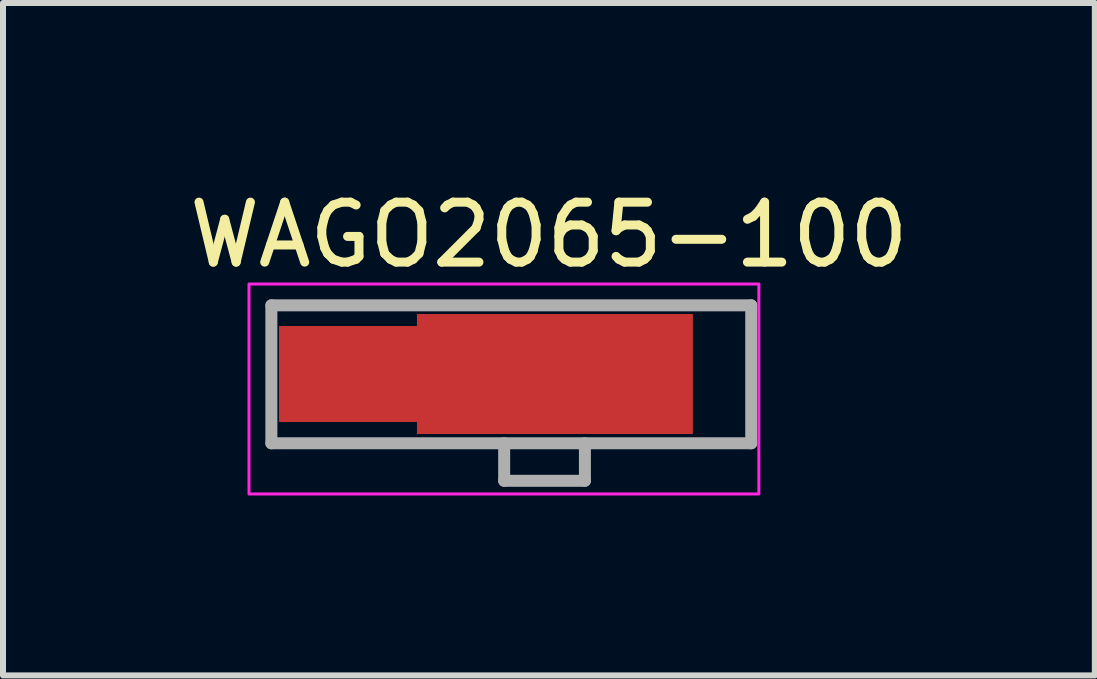
<source format=kicad_pcb>
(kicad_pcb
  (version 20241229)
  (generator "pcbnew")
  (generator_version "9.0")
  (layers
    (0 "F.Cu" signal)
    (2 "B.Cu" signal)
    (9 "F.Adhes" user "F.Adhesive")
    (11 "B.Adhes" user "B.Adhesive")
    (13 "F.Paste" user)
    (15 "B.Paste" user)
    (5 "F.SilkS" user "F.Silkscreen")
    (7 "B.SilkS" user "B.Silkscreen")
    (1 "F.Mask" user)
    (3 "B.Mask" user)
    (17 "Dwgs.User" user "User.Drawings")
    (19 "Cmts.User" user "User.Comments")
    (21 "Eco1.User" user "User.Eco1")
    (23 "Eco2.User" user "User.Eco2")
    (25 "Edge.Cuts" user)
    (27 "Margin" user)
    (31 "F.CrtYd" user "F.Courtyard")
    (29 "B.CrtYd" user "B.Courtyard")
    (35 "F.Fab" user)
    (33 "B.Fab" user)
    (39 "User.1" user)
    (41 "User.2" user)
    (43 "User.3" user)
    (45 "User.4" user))
  (footprint "WAGO2065-100"
    (layer "F.Cu")
    (at 5.601 3.185)
    (property "Reference" "WAGO2065-100" (at 0.5 -1.735 0) (layer "F.SilkS") (effects (font (size 1 1) (thickness 0.15)) (justify bottom)))
    (attr smd)
    (fp_line (start -4.127 -1.145) (end 3.873 -1.145) (stroke (width 0.1) (type solid)) (layer "F.SilkS"))
    (fp_line (start -0.246 1.155) (end -4.127 1.155) (stroke (width 0.1) (type solid)) (layer "F.SilkS"))
    (fp_line (start 1.1 1.78) (end -0.246 1.78) (stroke (width 0.1) (type solid)) (layer "F.SilkS"))
    (fp_line (start 3.873 -1.145) (end 3.873 1.155) (stroke (width 0.1) (type solid)) (layer "F.SilkS"))
    (fp_line (start 3.873 1.155) (end 1.1 1.155) (stroke (width 0.1) (type solid)) (layer "F.SilkS"))
    (fp_rect (start -4.5 -1.5) (end 4 2) (stroke (width 0.05) (type solid)) (fill no) (layer "F.CrtYd"))
    (fp_line (start -4.127 -1.145) (end 3.873 -1.145) (stroke (width 0.2) (type solid)) (layer "F.Fab"))
    (fp_line (start -4.127 1.155) (end -4.127 -1.145) (stroke (width 0.2) (type solid)) (layer "F.Fab"))
    (fp_line (start -0.246 1.78) (end -0.246 1.155) (stroke (width 0.2) (type solid)) (layer "F.Fab"))
    (fp_line (start 1.1 1.155) (end 1.1 1.78) (stroke (width 0.2) (type solid)) (layer "F.Fab"))
    (fp_line (start 1.1 1.78) (end -0.246 1.78) (stroke (width 0.2) (type solid)) (layer "F.Fab"))
    (fp_line (start 3.873 -1.145) (end 3.873 1.155) (stroke (width 0.2) (type solid)) (layer "F.Fab"))
    (fp_line (start 3.873 1.155) (end -4.127 1.155) (stroke (width 0.2) (type solid)) (layer "F.Fab"))
    (pad "1" smd custom (at 0.6 0) (size 4.6 2) (layers "F.Cu" "F.Mask" "F.Paste") (options (anchor rect)) (primitives (gr_poly (pts (xy -4.6 -0.8) (xy -2.3 -0.8) (xy -2.3 0.8) (xy -4.6 0.8)) (width 0) (fill yes)) (gr_bbox (start -0.8 -0.8) (end 0.8 0.8) (fill no)))))
  (gr_rect
    (start -3 -3)
    (end 15.202 8.21)
    (stroke (width 0.1) (type default))
    (fill no)
    (layer "Edge.Cuts")))
</source>
